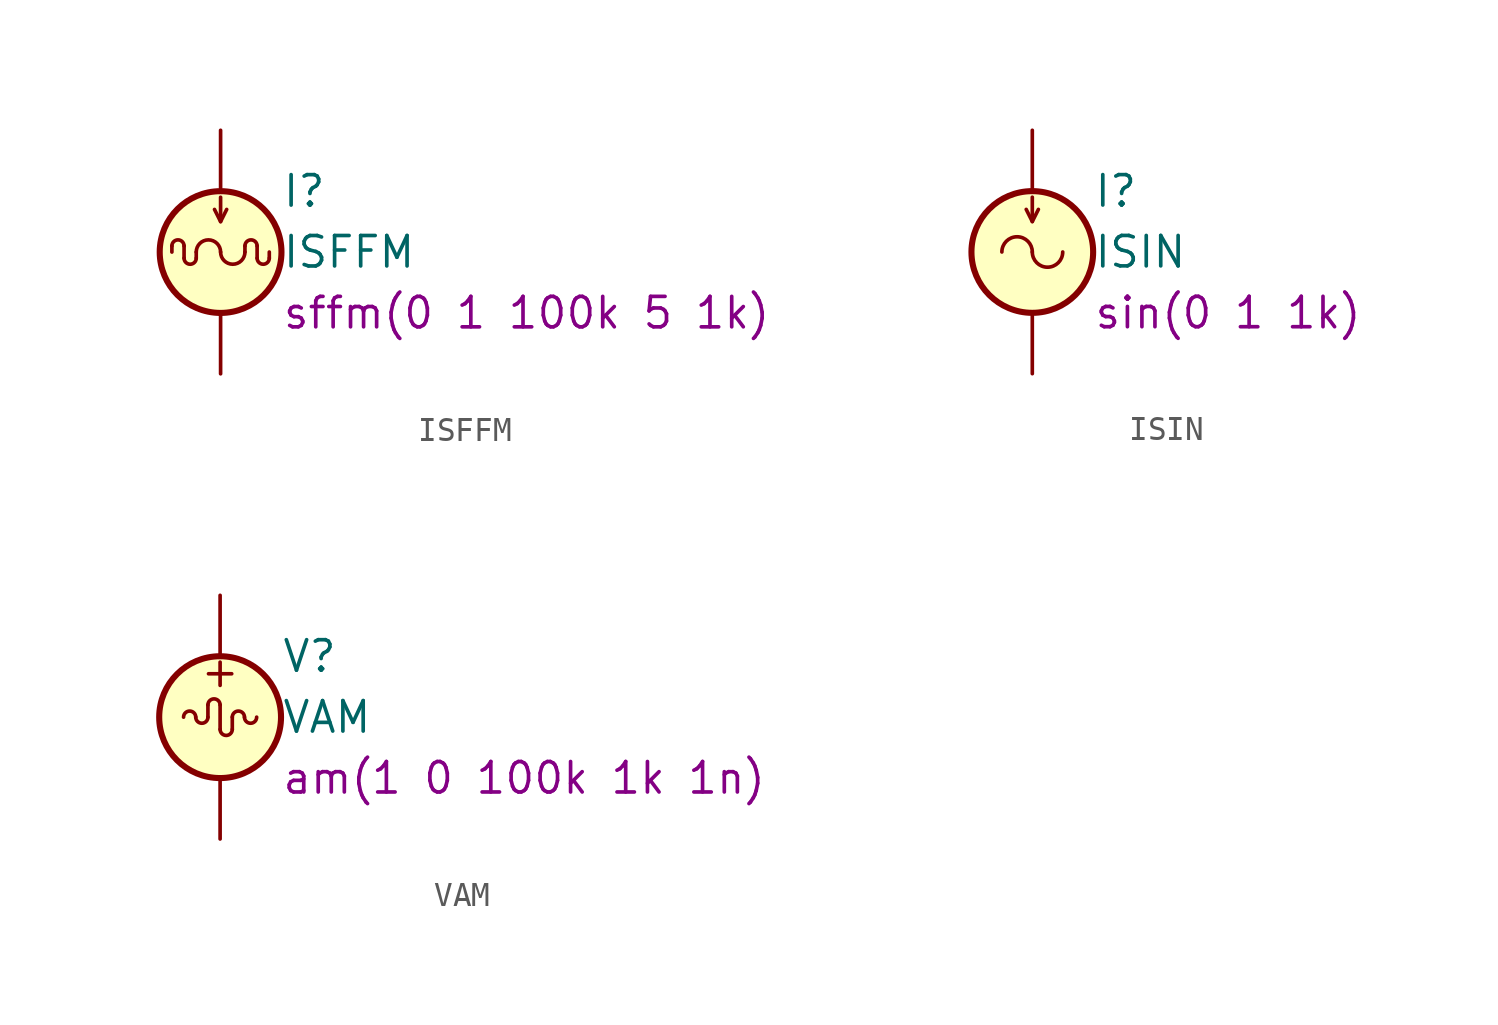
<source format=kicad_sym>
(kicad_symbol_lib
  (version 20211014)
  (generator kicad_symbol_editor)
  (symbol "ISFFM"
    (pin_numbers hide)
    (pin_names
      (offset 0.025))
    (property "Reference" "I"
      (at 2.54 2.54 0)
      (effects (font (size 1.27 1.27)) (justify left)))
    (property "Value" "ISFFM"
      (at 2.54 0 0)
      (effects (font (size 1.27 1.27)) (justify left)))
    (property "Spice_Model" "sffm(0 1 100k 5 1k)"
      (at 2.54 -2.54 0)
      (effects (font (size 1.27 1.27)) (justify left)))
    (symbol "ISFFM_0_1"
      (arc (start -1.524 -0.254) (mid -1.27 -0.508) (end -1.016 -0.254) (stroke (width 0) (type default) (color 0 0 0 0)) (fill (type none)))
      (arc (start -1.524 0.254) (mid -1.778 0.508) (end -2.032 0.254) (stroke (width 0) (type default) (color 0 0 0 0)) (fill (type none)))
      (arc (start 0 0) (mid -0.508 0.508) (end -1.016 0) (stroke (width 0) (type default) (color 0 0 0 0)) (fill (type none)))
      (polyline (pts (xy -2.032 0.254) (xy -2.032 0)) (stroke (width 0) (type default) (color 0 0 0 0)) (fill (type none)))
      (polyline (pts (xy -1.524 -0.254) (xy -1.524 0.254)) (stroke (width 0) (type default) (color 0 0 0 0)) (fill (type none)))
      (polyline (pts (xy -1.016 0) (xy -1.016 -0.254)) (stroke (width 0) (type default) (color 0 0 0 0)) (fill (type none)))
      (polyline (pts (xy 0 1.27) (xy 0 2.286)) (stroke (width 0) (type default) (color 0 0 0 0)) (fill (type none)))
      (polyline (pts (xy 1.016 0.254) (xy 1.016 0)) (stroke (width 0) (type default) (color 0 0 0 0)) (fill (type none)))
      (polyline (pts (xy 1.524 0.254) (xy 1.524 -0.254)) (stroke (width 0) (type default) (color 0 0 0 0)) (fill (type none)))
      (polyline (pts (xy 2.032 -0.254) (xy 2.032 0)) (stroke (width 0) (type default) (color 0 0 0 0)) (fill (type none)))
      (polyline (pts (xy -0.254 1.778) (xy 0 1.27) (xy 0.254 1.778)) (stroke (width 0) (type default) (color 0 0 0 0)) (fill (type none)))
      (arc (start 0 0) (mid 0.508 -0.508) (end 1.016 0) (stroke (width 0) (type default) (color 0 0 0 0)) (fill (type none)))
      (circle (center 0 0) (radius 2.54) (stroke (width 0.254) (type default) (color 0 0 0 0)) (fill (type background)))
      (arc (start 1.524 -0.254) (mid 1.778 -0.508) (end 2.032 -0.254) (stroke (width 0) (type default) (color 0 0 0 0)) (fill (type none)))
      (arc (start 1.524 0.254) (mid 1.27 0.508) (end 1.016 0.254) (stroke (width 0) (type default) (color 0 0 0 0)) (fill (type none))))
    (symbol "ISFFM_1_1"
      (pin passive line (at 0 5.08 270) (length 2.54) (name "~" (effects (font (size 1.27 1.27)))) (number "1" (effects (font (size 1.27 1.27)))))
      (pin passive line (at 0 -5.08 90) (length 2.54) (name "~" (effects (font (size 1.27 1.27)))) (number "2" (effects (font (size 1.27 1.27)))))))
  (symbol "ISIN"
    (pin_numbers hide)
    (pin_names
      (offset 0.025))
    (property "Reference" "I"
      (at 2.54 2.54 0)
      (effects (font (size 1.27 1.27)) (justify left)))
    (property "Value" "ISIN"
      (at 2.54 0 0)
      (effects (font (size 1.27 1.27)) (justify left)))
    (property "Spice_Model" "sin(0 1 1k)"
      (at 2.54 -2.54 0)
      (effects (font (size 1.27 1.27)) (justify left)))
    (symbol "ISIN_0_0"
      (arc (start 0 0) (mid -0.635 0.635) (end -1.27 0) (stroke (width 0) (type default) (color 0 0 0 0)) (fill (type none)))
      (arc (start 0 0) (mid 0.635 -0.635) (end 1.27 0) (stroke (width 0) (type default) (color 0 0 0 0)) (fill (type none))))
    (symbol "ISIN_0_1"
      (polyline (pts (xy 0 1.27) (xy 0 2.286)) (stroke (width 0) (type default) (color 0 0 0 0)) (fill (type none)))
      (polyline (pts (xy -0.254 1.778) (xy 0 1.27) (xy 0.254 1.778)) (stroke (width 0) (type default) (color 0 0 0 0)) (fill (type none)))
      (circle (center 0 0) (radius 2.54) (stroke (width 0.254) (type default) (color 0 0 0 0)) (fill (type background))))
    (symbol "ISIN_1_1"
      (pin passive line (at 0 5.08 270) (length 2.54) (name "~" (effects (font (size 1.27 1.27)))) (number "1" (effects (font (size 1.27 1.27)))))
      (pin passive line (at 0 -5.08 90) (length 2.54) (name "~" (effects (font (size 1.27 1.27)))) (number "2" (effects (font (size 1.27 1.27)))))))
  (symbol "VAM"
    (pin_numbers hide)
    (pin_names
      (offset 0.025))
    (property "Reference" "V"
      (at 2.54 2.54 0)
      (effects (font (size 1.27 1.27)) (justify left)))
    (property "Value" "VAM"
      (at 2.54 0 0)
      (effects (font (size 1.27 1.27)) (justify left)))
    (property "Spice_Model" "am(1 0 100k 1k 1n)"
      (at 2.54 -2.54 0)
      (effects (font (size 1.27 1.27)) (justify left)))
    (symbol "VAM_0_0"
      (arc (start 0 0.508) (mid -0.254 0.762) (end -0.508 0.508) (stroke (width 0) (type default) (color 0 0 0 0)) (fill (type none)))
      (text "+" (at 0 1.905 0) (effects (font (size 1.27 1.27)))))
    (symbol "VAM_0_1"
      (arc (start -1.016 0) (mid -1.27 0.254) (end -1.524 0) (stroke (width 0) (type default) (color 0 0 0 0)) (fill (type none)))
      (arc (start -1.016 0) (mid -0.762 -0.254) (end -0.508 0) (stroke (width 0) (type default) (color 0 0 0 0)) (fill (type none)))
      (arc (start 0 -0.508) (mid 0.254 -0.762) (end 0.508 -0.508) (stroke (width 0) (type default) (color 0 0 0 0)) (fill (type none)))
      (polyline (pts (xy -0.508 0.508) (xy -0.508 0)) (stroke (width 0) (type default) (color 0 0 0 0)) (fill (type none)))
      (polyline (pts (xy 0 0.508) (xy 0 -0.508)) (stroke (width 0) (type default) (color 0 0 0 0)) (fill (type none)))
      (polyline (pts (xy 0.508 -0.508) (xy 0.508 0)) (stroke (width 0) (type default) (color 0 0 0 0)) (fill (type none)))
      (circle (center 0 0) (radius 2.54) (stroke (width 0.254) (type default) (color 0 0 0 0)) (fill (type background)))
      (arc (start 1.016 0) (mid 0.762 0.254) (end 0.508 0) (stroke (width 0) (type default) (color 0 0 0 0)) (fill (type none)))
      (arc (start 1.016 0) (mid 1.27 -0.254) (end 1.524 0) (stroke (width 0) (type default) (color 0 0 0 0)) (fill (type none))))
    (symbol "VAM_1_1"
      (pin passive line (at 0 5.08 270) (length 2.54) (name "~" (effects (font (size 1.27 1.27)))) (number "1" (effects (font (size 1.27 1.27)))))
      (pin passive line (at 0 -5.08 90) (length 2.54) (name "~" (effects (font (size 1.27 1.27)))) (number "2" (effects (font (size 1.27 1.27))))))))
</source>
